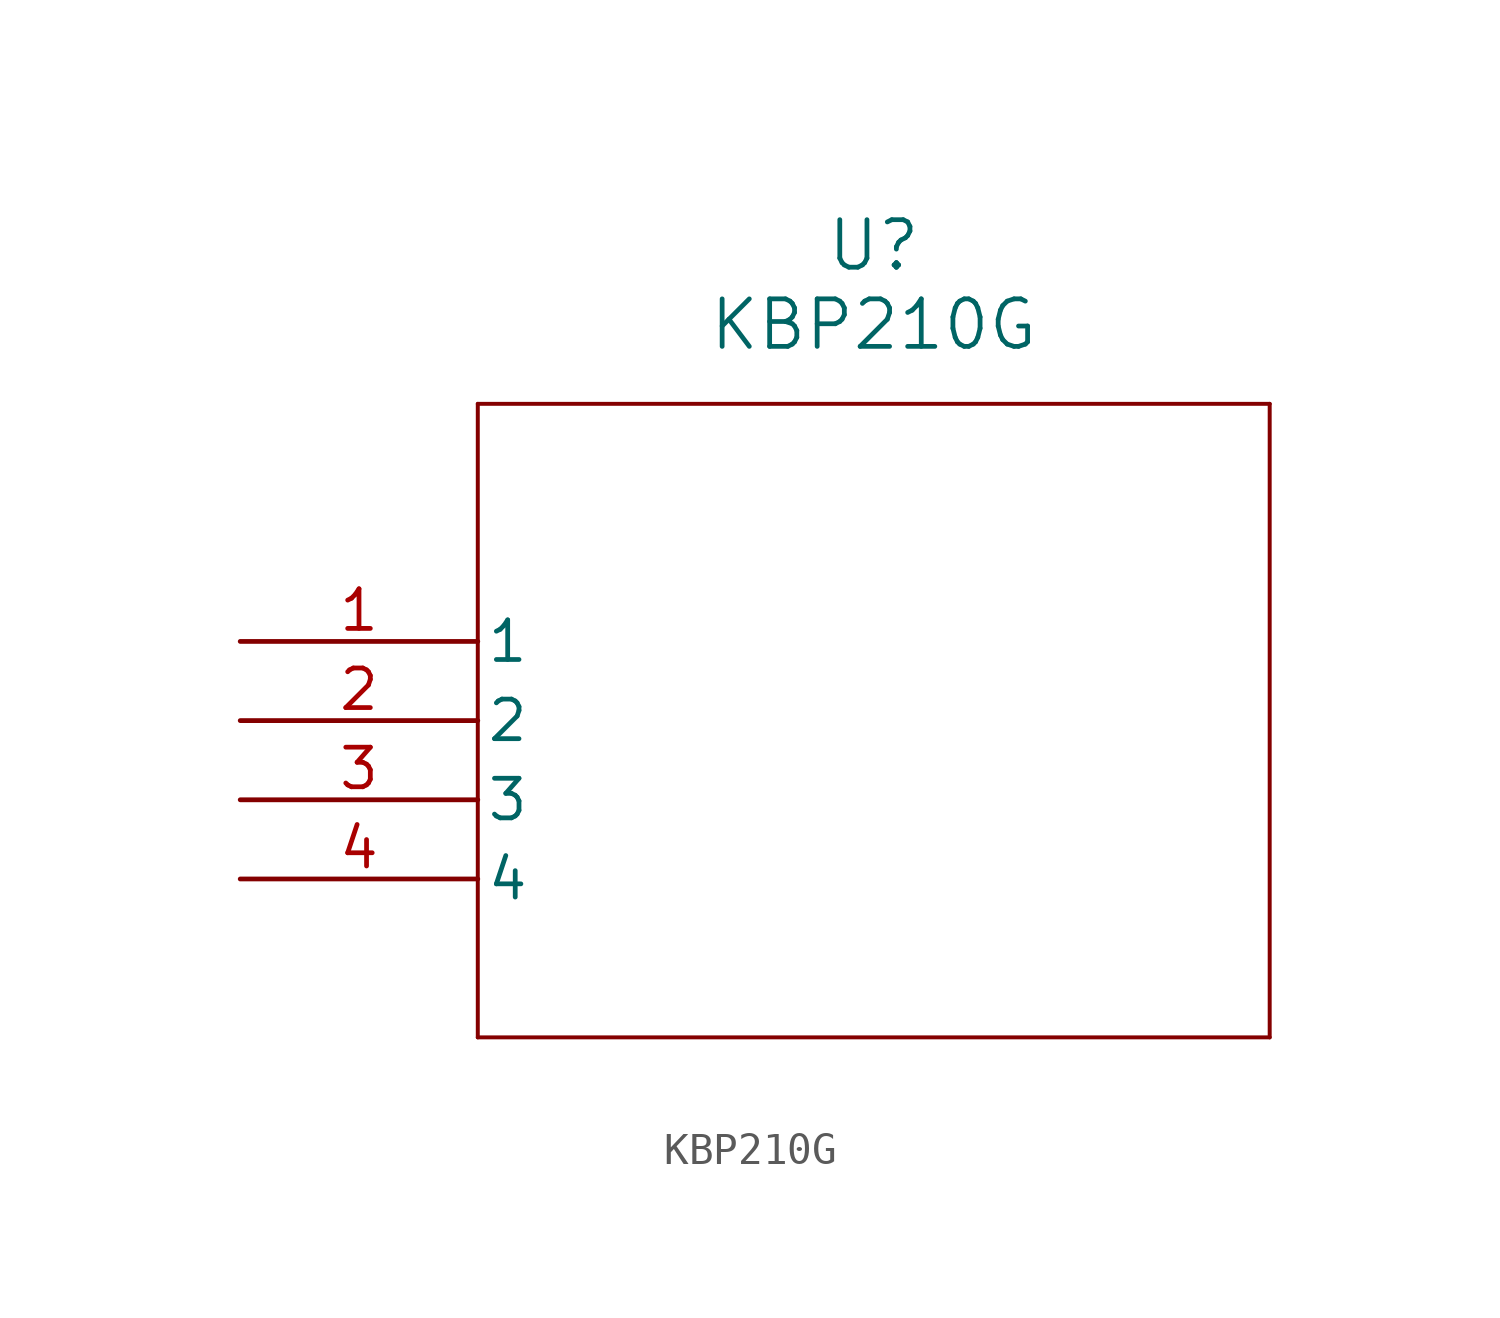
<source format=kicad_sym>
(kicad_symbol_lib
  (version 20211014)
  (generator kicad_symbol_editor)
  (symbol "KBP210G"
    (pin_names
      (offset 0.254))
    (property "Reference" "U"
      (at 20.32 12.7 0)
      (effects (font (size 1.524 1.524))))
    (property "Value" "KBP210G"
      (at 20.32 10.16 0)
      (effects (font (size 1.524 1.524))))
    (symbol "KBP210G_0_1"
      (polyline (pts (xy 7.62 7.62) (xy 7.62 -12.7)) (stroke (width 0.127) (type default) (color 0 0 0 0)) (fill (type none)))
      (polyline (pts (xy 7.62 -12.7) (xy 33.02 -12.7)) (stroke (width 0.127) (type default) (color 0 0 0 0)) (fill (type none)))
      (polyline (pts (xy 33.02 -12.7) (xy 33.02 7.62)) (stroke (width 0.127) (type default) (color 0 0 0 0)) (fill (type none)))
      (polyline (pts (xy 33.02 7.62) (xy 7.62 7.62)) (stroke (width 0.127) (type default) (color 0 0 0 0)) (fill (type none)))
      (pin unspecified line (at 0 0 0) (length 7.62) (name "1" (effects (font (size 1.27 1.27)))) (number "1" (effects (font (size 1.27 1.27)))))
      (pin unspecified line (at 0 -2.54 0) (length 7.62) (name "2" (effects (font (size 1.27 1.27)))) (number "2" (effects (font (size 1.27 1.27)))))
      (pin unspecified line (at 0 -5.08 0) (length 7.62) (name "3" (effects (font (size 1.27 1.27)))) (number "3" (effects (font (size 1.27 1.27)))))
      (pin unspecified line (at 0 -7.62 0) (length 7.62) (name "4" (effects (font (size 1.27 1.27)))) (number "4" (effects (font (size 1.27 1.27))))))))
</source>
